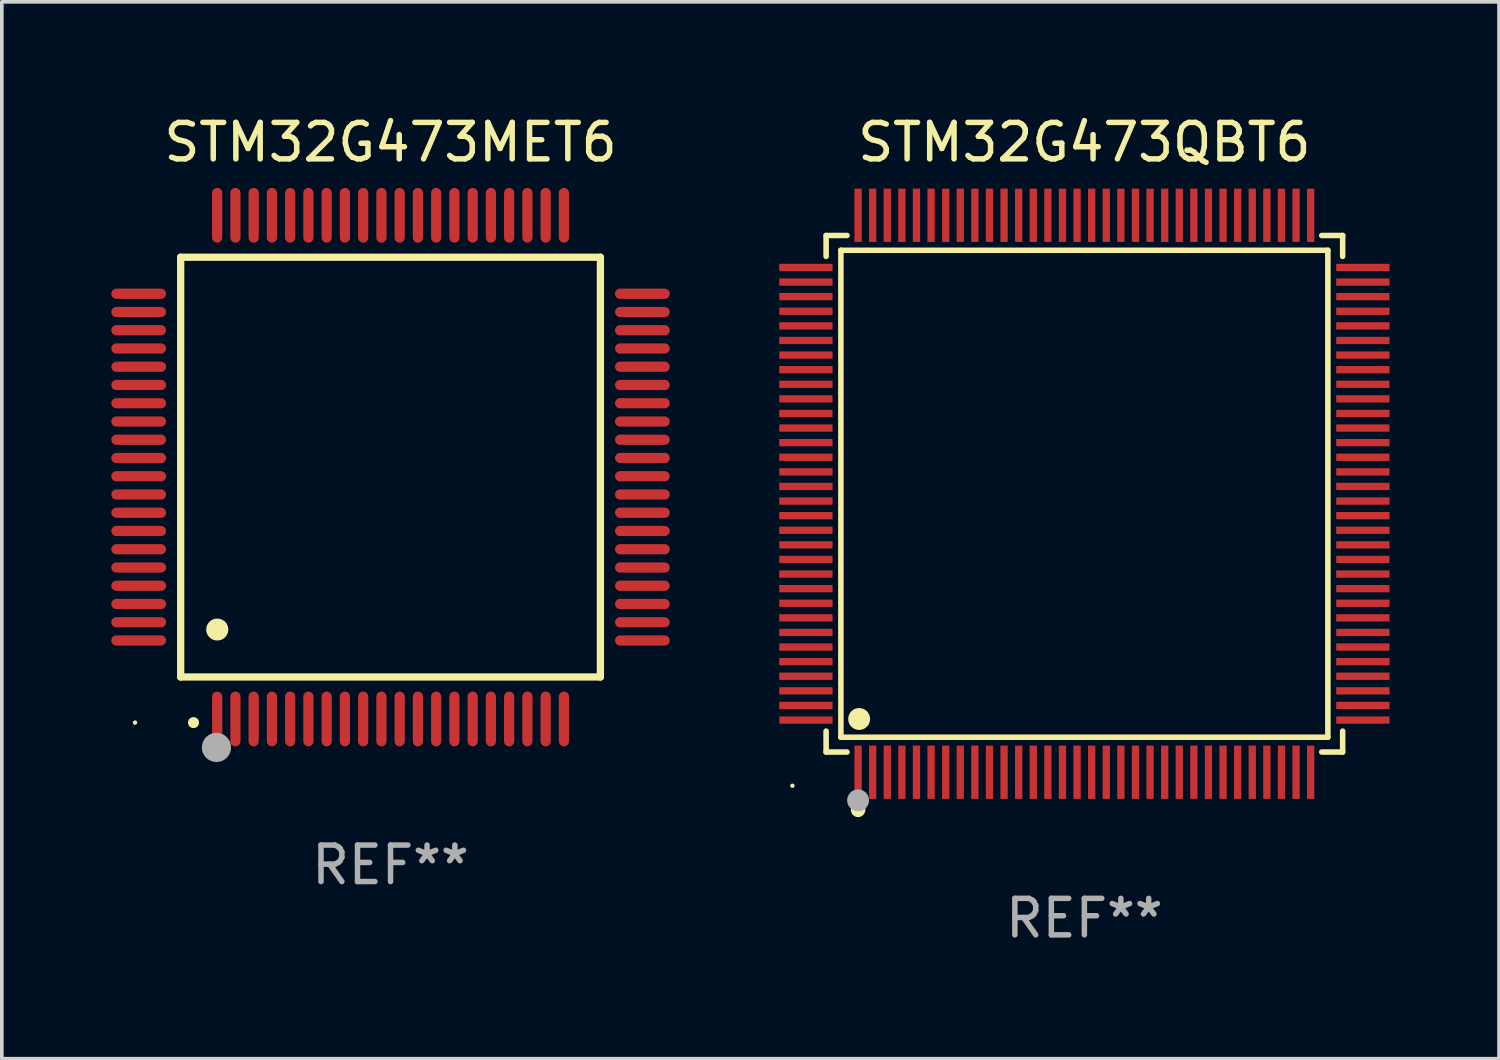
<source format=kicad_pcb>
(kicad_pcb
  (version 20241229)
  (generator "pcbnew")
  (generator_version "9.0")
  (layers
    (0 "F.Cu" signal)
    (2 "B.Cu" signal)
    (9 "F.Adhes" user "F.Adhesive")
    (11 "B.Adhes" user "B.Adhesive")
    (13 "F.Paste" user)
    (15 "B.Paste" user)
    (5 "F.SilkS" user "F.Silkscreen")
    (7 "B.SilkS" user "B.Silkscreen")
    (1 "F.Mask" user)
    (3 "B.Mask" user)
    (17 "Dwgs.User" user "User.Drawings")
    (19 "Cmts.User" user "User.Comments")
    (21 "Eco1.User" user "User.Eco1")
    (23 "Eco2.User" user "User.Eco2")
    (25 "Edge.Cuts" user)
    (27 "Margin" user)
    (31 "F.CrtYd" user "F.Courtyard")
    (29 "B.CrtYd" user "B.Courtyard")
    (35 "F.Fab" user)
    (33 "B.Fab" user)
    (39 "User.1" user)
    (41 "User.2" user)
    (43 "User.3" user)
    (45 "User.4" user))
  (footprint "STM32G473MET6"
    (layer "F.Cu")
    (at 7.65 9.748)
    (property "Reference" "STM32G473MET6" (at 0 -8.9 0) (layer "F.SilkS") (effects (font (size 1 1) (thickness 0.15))))
    (attr through_hole)
    (fp_line (start -5.75 -5.75) (end 5.75 -5.75) (stroke (width 0.2) (type solid)) (layer "F.SilkS"))
    (fp_line (start -5.75 5.75) (end -5.75 -5.75) (stroke (width 0.2) (type solid)) (layer "F.SilkS"))
    (fp_line (start 5.75 -5.75) (end 5.75 5.75) (stroke (width 0.2) (type solid)) (layer "F.SilkS"))
    (fp_line (start 5.75 5.75) (end -5.75 5.75) (stroke (width 0.2) (type solid)) (layer "F.SilkS"))
    (fp_arc (start -5.400051 7.000254) (mid -5.398781 7.000249) (end -5.397511 7.000254) (stroke (width 0.3) (type solid)) (layer "F.SilkS"))
    (fp_arc (start -4.749809 4.450089) (mid -4.747269 4.450078) (end -4.744729 4.450089) (stroke (width 0.6) (type solid)) (layer "F.SilkS"))
    (fp_circle (center -7 7) (end -6.97 7) (stroke (width 0.06) (type solid)) (fill no) (layer "F.SilkS"))
    (fp_circle (center -4.77 7.68) (end -4.57 7.68) (stroke (width 0.4) (type solid)) (fill no) (layer "F.Fab"))
    (fp_text user "REF**" (at 0 10.9 0) (layer "F.Fab") (effects (font (size 1 1) (thickness 0.15))))
    (pad "1" smd oval (at -4.75 6.9) (size 0.28 1.5) (layers "F.Cu" "F.Mask" "F.Paste"))
    (pad "2" smd oval (at -4.25 6.9) (size 0.28 1.5) (layers "F.Cu" "F.Mask" "F.Paste"))
    (pad "3" smd oval (at -3.75 6.9) (size 0.28 1.5) (layers "F.Cu" "F.Mask" "F.Paste"))
    (pad "4" smd oval (at -3.25 6.9) (size 0.28 1.5) (layers "F.Cu" "F.Mask" "F.Paste"))
    (pad "5" smd oval (at -2.75 6.9) (size 0.28 1.5) (layers "F.Cu" "F.Mask" "F.Paste"))
    (pad "6" smd oval (at -2.25 6.9) (size 0.28 1.5) (layers "F.Cu" "F.Mask" "F.Paste"))
    (pad "7" smd oval (at -1.75 6.9) (size 0.28 1.5) (layers "F.Cu" "F.Mask" "F.Paste"))
    (pad "8" smd oval (at -1.25 6.9) (size 0.28 1.5) (layers "F.Cu" "F.Mask" "F.Paste"))
    (pad "9" smd oval (at -0.75 6.9) (size 0.28 1.5) (layers "F.Cu" "F.Mask" "F.Paste"))
    (pad "10" smd oval (at -0.25 6.9) (size 0.28 1.5) (layers "F.Cu" "F.Mask" "F.Paste"))
    (pad "11" smd oval (at 0.25 6.9) (size 0.28 1.5) (layers "F.Cu" "F.Mask" "F.Paste"))
    (pad "12" smd oval (at 0.75 6.9) (size 0.28 1.5) (layers "F.Cu" "F.Mask" "F.Paste"))
    (pad "13" smd oval (at 1.25 6.9) (size 0.28 1.5) (layers "F.Cu" "F.Mask" "F.Paste"))
    (pad "14" smd oval (at 1.75 6.9) (size 0.28 1.5) (layers "F.Cu" "F.Mask" "F.Paste"))
    (pad "15" smd oval (at 2.25 6.9) (size 0.28 1.5) (layers "F.Cu" "F.Mask" "F.Paste"))
    (pad "16" smd oval (at 2.75 6.9) (size 0.28 1.5) (layers "F.Cu" "F.Mask" "F.Paste"))
    (pad "17" smd oval (at 3.25 6.9) (size 0.28 1.5) (layers "F.Cu" "F.Mask" "F.Paste"))
    (pad "18" smd oval (at 3.75 6.9) (size 0.28 1.5) (layers "F.Cu" "F.Mask" "F.Paste"))
    (pad "19" smd oval (at 4.25 6.9) (size 0.28 1.5) (layers "F.Cu" "F.Mask" "F.Paste"))
    (pad "20" smd oval (at 4.75 6.9) (size 0.28 1.5) (layers "F.Cu" "F.Mask" "F.Paste"))
    (pad "21" smd oval (at 6.9 4.75) (size 1.5 0.28) (layers "F.Cu" "F.Mask" "F.Paste"))
    (pad "22" smd oval (at 6.9 4.25) (size 1.5 0.28) (layers "F.Cu" "F.Mask" "F.Paste"))
    (pad "23" smd oval (at 6.9 3.75) (size 1.5 0.28) (layers "F.Cu" "F.Mask" "F.Paste"))
    (pad "24" smd oval (at 6.9 3.25) (size 1.5 0.28) (layers "F.Cu" "F.Mask" "F.Paste"))
    (pad "25" smd oval (at 6.9 2.75) (size 1.5 0.28) (layers "F.Cu" "F.Mask" "F.Paste"))
    (pad "26" smd oval (at 6.9 2.25) (size 1.5 0.28) (layers "F.Cu" "F.Mask" "F.Paste"))
    (pad "27" smd oval (at 6.9 1.75) (size 1.5 0.28) (layers "F.Cu" "F.Mask" "F.Paste"))
    (pad "28" smd oval (at 6.9 1.25) (size 1.5 0.28) (layers "F.Cu" "F.Mask" "F.Paste"))
    (pad "29" smd oval (at 6.9 0.75) (size 1.5 0.28) (layers "F.Cu" "F.Mask" "F.Paste"))
    (pad "30" smd oval (at 6.9 0.25) (size 1.5 0.28) (layers "F.Cu" "F.Mask" "F.Paste"))
    (pad "31" smd oval (at 6.9 -0.25) (size 1.5 0.28) (layers "F.Cu" "F.Mask" "F.Paste"))
    (pad "32" smd oval (at 6.9 -0.75) (size 1.5 0.28) (layers "F.Cu" "F.Mask" "F.Paste"))
    (pad "33" smd oval (at 6.9 -1.25) (size 1.5 0.28) (layers "F.Cu" "F.Mask" "F.Paste"))
    (pad "34" smd oval (at 6.9 -1.75) (size 1.5 0.28) (layers "F.Cu" "F.Mask" "F.Paste"))
    (pad "35" smd oval (at 6.9 -2.25) (size 1.5 0.28) (layers "F.Cu" "F.Mask" "F.Paste"))
    (pad "36" smd oval (at 6.9 -2.75) (size 1.5 0.28) (layers "F.Cu" "F.Mask" "F.Paste"))
    (pad "37" smd oval (at 6.9 -3.25) (size 1.5 0.28) (layers "F.Cu" "F.Mask" "F.Paste"))
    (pad "38" smd oval (at 6.9 -3.75) (size 1.5 0.28) (layers "F.Cu" "F.Mask" "F.Paste"))
    (pad "39" smd oval (at 6.9 -4.25) (size 1.5 0.28) (layers "F.Cu" "F.Mask" "F.Paste"))
    (pad "40" smd oval (at 6.9 -4.75) (size 1.5 0.28) (layers "F.Cu" "F.Mask" "F.Paste"))
    (pad "41" smd oval (at 4.75 -6.9) (size 0.28 1.5) (layers "F.Cu" "F.Mask" "F.Paste"))
    (pad "42" smd oval (at 4.25 -6.9) (size 0.28 1.5) (layers "F.Cu" "F.Mask" "F.Paste"))
    (pad "43" smd oval (at 3.75 -6.9) (size 0.28 1.5) (layers "F.Cu" "F.Mask" "F.Paste"))
    (pad "44" smd oval (at 3.25 -6.9) (size 0.28 1.5) (layers "F.Cu" "F.Mask" "F.Paste"))
    (pad "45" smd oval (at 2.75 -6.9) (size 0.28 1.5) (layers "F.Cu" "F.Mask" "F.Paste"))
    (pad "46" smd oval (at 2.25 -6.9) (size 0.28 1.5) (layers "F.Cu" "F.Mask" "F.Paste"))
    (pad "47" smd oval (at 1.75 -6.9) (size 0.28 1.5) (layers "F.Cu" "F.Mask" "F.Paste"))
    (pad "48" smd oval (at 1.25 -6.9) (size 0.28 1.5) (layers "F.Cu" "F.Mask" "F.Paste"))
    (pad "49" smd oval (at 0.75 -6.9) (size 0.28 1.5) (layers "F.Cu" "F.Mask" "F.Paste"))
    (pad "50" smd oval (at 0.25 -6.9) (size 0.28 1.5) (layers "F.Cu" "F.Mask" "F.Paste"))
    (pad "51" smd oval (at -0.25 -6.9) (size 0.28 1.5) (layers "F.Cu" "F.Mask" "F.Paste"))
    (pad "52" smd oval (at -0.75 -6.9) (size 0.28 1.5) (layers "F.Cu" "F.Mask" "F.Paste"))
    (pad "53" smd oval (at -1.25 -6.9) (size 0.28 1.5) (layers "F.Cu" "F.Mask" "F.Paste"))
    (pad "54" smd oval (at -1.75 -6.9) (size 0.28 1.5) (layers "F.Cu" "F.Mask" "F.Paste"))
    (pad "55" smd oval (at -2.25 -6.9) (size 0.28 1.5) (layers "F.Cu" "F.Mask" "F.Paste"))
    (pad "56" smd oval (at -2.75 -6.9) (size 0.28 1.5) (layers "F.Cu" "F.Mask" "F.Paste"))
    (pad "57" smd oval (at -3.25 -6.9) (size 0.28 1.5) (layers "F.Cu" "F.Mask" "F.Paste"))
    (pad "58" smd oval (at -3.75 -6.9) (size 0.28 1.5) (layers "F.Cu" "F.Mask" "F.Paste"))
    (pad "59" smd oval (at -4.25 -6.9) (size 0.28 1.5) (layers "F.Cu" "F.Mask" "F.Paste"))
    (pad "60" smd oval (at -4.75 -6.9) (size 0.28 1.5) (layers "F.Cu" "F.Mask" "F.Paste"))
    (pad "61" smd oval (at -6.9 -4.75) (size 1.5 0.28) (layers "F.Cu" "F.Mask" "F.Paste"))
    (pad "62" smd oval (at -6.9 -4.25) (size 1.5 0.28) (layers "F.Cu" "F.Mask" "F.Paste"))
    (pad "63" smd oval (at -6.9 -3.75) (size 1.5 0.28) (layers "F.Cu" "F.Mask" "F.Paste"))
    (pad "64" smd oval (at -6.9 -3.25) (size 1.5 0.28) (layers "F.Cu" "F.Mask" "F.Paste"))
    (pad "65" smd oval (at -6.9 -2.75) (size 1.5 0.28) (layers "F.Cu" "F.Mask" "F.Paste"))
    (pad "66" smd oval (at -6.9 -2.25) (size 1.5 0.28) (layers "F.Cu" "F.Mask" "F.Paste"))
    (pad "67" smd oval (at -6.9 -1.75) (size 1.5 0.28) (layers "F.Cu" "F.Mask" "F.Paste"))
    (pad "68" smd oval (at -6.9 -1.25) (size 1.5 0.28) (layers "F.Cu" "F.Mask" "F.Paste"))
    (pad "69" smd oval (at -6.9 -0.75) (size 1.5 0.28) (layers "F.Cu" "F.Mask" "F.Paste"))
    (pad "70" smd oval (at -6.9 -0.25) (size 1.5 0.28) (layers "F.Cu" "F.Mask" "F.Paste"))
    (pad "71" smd oval (at -6.9 0.25) (size 1.5 0.28) (layers "F.Cu" "F.Mask" "F.Paste"))
    (pad "72" smd oval (at -6.9 0.75) (size 1.5 0.28) (layers "F.Cu" "F.Mask" "F.Paste"))
    (pad "73" smd oval (at -6.9 1.25) (size 1.5 0.28) (layers "F.Cu" "F.Mask" "F.Paste"))
    (pad "74" smd oval (at -6.9 1.75) (size 1.5 0.28) (layers "F.Cu" "F.Mask" "F.Paste"))
    (pad "75" smd oval (at -6.9 2.25) (size 1.5 0.28) (layers "F.Cu" "F.Mask" "F.Paste"))
    (pad "76" smd oval (at -6.9 2.75) (size 1.5 0.28) (layers "F.Cu" "F.Mask" "F.Paste"))
    (pad "77" smd oval (at -6.9 3.25) (size 1.5 0.28) (layers "F.Cu" "F.Mask" "F.Paste"))
    (pad "78" smd oval (at -6.9 3.75) (size 1.5 0.28) (layers "F.Cu" "F.Mask" "F.Paste"))
    (pad "79" smd oval (at -6.9 4.25) (size 1.5 0.28) (layers "F.Cu" "F.Mask" "F.Paste"))
    (pad "80" smd oval (at -6.9 4.75) (size 1.5 0.28) (layers "F.Cu" "F.Mask" "F.Paste")))
  (footprint "STM32G473QBT6"
    (layer "F.Cu")
    (at 26.66 10.478)
    (property "Reference" "STM32G473QBT6" (at 0 -9.63 0) (layer "F.SilkS") (effects (font (size 1 1) (thickness 0.15))))
    (attr through_hole)
    (fp_line (start -7.076 -7.076) (end -6.503 -7.076) (stroke (width 0.152) (type solid)) (layer "F.SilkS"))
    (fp_line (start -7.076 -6.503) (end -7.076 -7.076) (stroke (width 0.152) (type solid)) (layer "F.SilkS"))
    (fp_line (start -7.076 6.503) (end -7.076 7.076) (stroke (width 0.152) (type solid)) (layer "F.SilkS"))
    (fp_line (start -7.076 7.076) (end -6.503 7.076) (stroke (width 0.152) (type solid)) (layer "F.SilkS"))
    (fp_line (start -6.671 -6.671) (end 6.671 -6.671) (stroke (width 0.152) (type solid)) (layer "F.SilkS"))
    (fp_line (start -6.671 6.671) (end -6.671 -6.671) (stroke (width 0.152) (type solid)) (layer "F.SilkS"))
    (fp_line (start 6.671 -6.671) (end 6.671 6.671) (stroke (width 0.152) (type solid)) (layer "F.SilkS"))
    (fp_line (start 6.671 6.671) (end -6.671 6.671) (stroke (width 0.152) (type solid)) (layer "F.SilkS"))
    (fp_line (start 7.076 -7.076) (end 6.503 -7.076) (stroke (width 0.152) (type solid)) (layer "F.SilkS"))
    (fp_line (start 7.076 -6.503) (end 7.076 -7.076) (stroke (width 0.152) (type solid)) (layer "F.SilkS"))
    (fp_line (start 7.076 6.503) (end 7.076 7.076) (stroke (width 0.152) (type solid)) (layer "F.SilkS"))
    (fp_line (start 7.076 7.076) (end 6.503 7.076) (stroke (width 0.152) (type solid)) (layer "F.SilkS"))
    (fp_circle (center -8 8) (end -7.97 8) (stroke (width 0.06) (type solid)) (fill no) (layer "F.SilkS"))
    (fp_circle (center -6.2 8.66) (end -6.1 8.66) (stroke (width 0.2) (type solid)) (fill no) (layer "F.SilkS"))
    (fp_circle (center -6.171 6.171) (end -6.021 6.171) (stroke (width 0.3) (type solid)) (fill no) (layer "F.SilkS"))
    (fp_circle (center -6.2 8.4) (end -6.05 8.4) (stroke (width 0.3) (type solid)) (fill no) (layer "F.Fab"))
    (fp_text user "REF**" (at 0 11.63 0) (layer "F.Fab") (effects (font (size 1 1) (thickness 0.15))))
    (pad "1" smd rect (at -6.2 7.63) (size 0.2 1.46) (layers "F.Cu" "F.Mask" "F.Paste"))
    (pad "2" smd rect (at -5.8 7.63) (size 0.2 1.46) (layers "F.Cu" "F.Mask" "F.Paste"))
    (pad "3" smd rect (at -5.4 7.63) (size 0.2 1.46) (layers "F.Cu" "F.Mask" "F.Paste"))
    (pad "4" smd rect (at -5 7.63) (size 0.2 1.46) (layers "F.Cu" "F.Mask" "F.Paste"))
    (pad "5" smd rect (at -4.6 7.63) (size 0.2 1.46) (layers "F.Cu" "F.Mask" "F.Paste"))
    (pad "6" smd rect (at -4.2 7.63) (size 0.2 1.46) (layers "F.Cu" "F.Mask" "F.Paste"))
    (pad "7" smd rect (at -3.8 7.63) (size 0.2 1.46) (layers "F.Cu" "F.Mask" "F.Paste"))
    (pad "8" smd rect (at -3.4 7.63) (size 0.2 1.46) (layers "F.Cu" "F.Mask" "F.Paste"))
    (pad "9" smd rect (at -3 7.63) (size 0.2 1.46) (layers "F.Cu" "F.Mask" "F.Paste"))
    (pad "10" smd rect (at -2.6 7.63) (size 0.2 1.46) (layers "F.Cu" "F.Mask" "F.Paste"))
    (pad "11" smd rect (at -2.2 7.63) (size 0.2 1.46) (layers "F.Cu" "F.Mask" "F.Paste"))
    (pad "12" smd rect (at -1.8 7.63) (size 0.2 1.46) (layers "F.Cu" "F.Mask" "F.Paste"))
    (pad "13" smd rect (at -1.4 7.63) (size 0.2 1.46) (layers "F.Cu" "F.Mask" "F.Paste"))
    (pad "14" smd rect (at -1 7.63) (size 0.2 1.46) (layers "F.Cu" "F.Mask" "F.Paste"))
    (pad "15" smd rect (at -0.6 7.63) (size 0.2 1.46) (layers "F.Cu" "F.Mask" "F.Paste"))
    (pad "16" smd rect (at -0.2 7.63) (size 0.2 1.46) (layers "F.Cu" "F.Mask" "F.Paste"))
    (pad "17" smd rect (at 0.2 7.63) (size 0.2 1.46) (layers "F.Cu" "F.Mask" "F.Paste"))
    (pad "18" smd rect (at 0.6 7.63) (size 0.2 1.46) (layers "F.Cu" "F.Mask" "F.Paste"))
    (pad "19" smd rect (at 1 7.63) (size 0.2 1.46) (layers "F.Cu" "F.Mask" "F.Paste"))
    (pad "20" smd rect (at 1.4 7.63) (size 0.2 1.46) (layers "F.Cu" "F.Mask" "F.Paste"))
    (pad "21" smd rect (at 1.8 7.63) (size 0.2 1.46) (layers "F.Cu" "F.Mask" "F.Paste"))
    (pad "22" smd rect (at 2.2 7.63) (size 0.2 1.46) (layers "F.Cu" "F.Mask" "F.Paste"))
    (pad "23" smd rect (at 2.6 7.63) (size 0.2 1.46) (layers "F.Cu" "F.Mask" "F.Paste"))
    (pad "24" smd rect (at 3 7.63) (size 0.2 1.46) (layers "F.Cu" "F.Mask" "F.Paste"))
    (pad "25" smd rect (at 3.4 7.63) (size 0.2 1.46) (layers "F.Cu" "F.Mask" "F.Paste"))
    (pad "26" smd rect (at 3.8 7.63) (size 0.2 1.46) (layers "F.Cu" "F.Mask" "F.Paste"))
    (pad "27" smd rect (at 4.2 7.63) (size 0.2 1.46) (layers "F.Cu" "F.Mask" "F.Paste"))
    (pad "28" smd rect (at 4.6 7.63) (size 0.2 1.46) (layers "F.Cu" "F.Mask" "F.Paste"))
    (pad "29" smd rect (at 5 7.63) (size 0.2 1.46) (layers "F.Cu" "F.Mask" "F.Paste"))
    (pad "30" smd rect (at 5.4 7.63) (size 0.2 1.46) (layers "F.Cu" "F.Mask" "F.Paste"))
    (pad "31" smd rect (at 5.8 7.63) (size 0.2 1.46) (layers "F.Cu" "F.Mask" "F.Paste"))
    (pad "32" smd rect (at 6.2 7.63) (size 0.2 1.46) (layers "F.Cu" "F.Mask" "F.Paste"))
    (pad "33" smd rect (at 7.63 6.2) (size 1.46 0.2) (layers "F.Cu" "F.Mask" "F.Paste"))
    (pad "34" smd rect (at 7.63 5.8) (size 1.46 0.2) (layers "F.Cu" "F.Mask" "F.Paste"))
    (pad "35" smd rect (at 7.63 5.4) (size 1.46 0.2) (layers "F.Cu" "F.Mask" "F.Paste"))
    (pad "36" smd rect (at 7.63 5) (size 1.46 0.2) (layers "F.Cu" "F.Mask" "F.Paste"))
    (pad "37" smd rect (at 7.63 4.6) (size 1.46 0.2) (layers "F.Cu" "F.Mask" "F.Paste"))
    (pad "38" smd rect (at 7.63 4.2) (size 1.46 0.2) (layers "F.Cu" "F.Mask" "F.Paste"))
    (pad "39" smd rect (at 7.63 3.8) (size 1.46 0.2) (layers "F.Cu" "F.Mask" "F.Paste"))
    (pad "40" smd rect (at 7.63 3.4) (size 1.46 0.2) (layers "F.Cu" "F.Mask" "F.Paste"))
    (pad "41" smd rect (at 7.63 3) (size 1.46 0.2) (layers "F.Cu" "F.Mask" "F.Paste"))
    (pad "42" smd rect (at 7.63 2.6) (size 1.46 0.2) (layers "F.Cu" "F.Mask" "F.Paste"))
    (pad "43" smd rect (at 7.63 2.2) (size 1.46 0.2) (layers "F.Cu" "F.Mask" "F.Paste"))
    (pad "44" smd rect (at 7.63 1.8) (size 1.46 0.2) (layers "F.Cu" "F.Mask" "F.Paste"))
    (pad "45" smd rect (at 7.63 1.4) (size 1.46 0.2) (layers "F.Cu" "F.Mask" "F.Paste"))
    (pad "46" smd rect (at 7.63 1) (size 1.46 0.2) (layers "F.Cu" "F.Mask" "F.Paste"))
    (pad "47" smd rect (at 7.63 0.6) (size 1.46 0.2) (layers "F.Cu" "F.Mask" "F.Paste"))
    (pad "48" smd rect (at 7.63 0.2) (size 1.46 0.2) (layers "F.Cu" "F.Mask" "F.Paste"))
    (pad "49" smd rect (at 7.63 -0.2) (size 1.46 0.2) (layers "F.Cu" "F.Mask" "F.Paste"))
    (pad "50" smd rect (at 7.63 -0.6) (size 1.46 0.2) (layers "F.Cu" "F.Mask" "F.Paste"))
    (pad "51" smd rect (at 7.63 -1) (size 1.46 0.2) (layers "F.Cu" "F.Mask" "F.Paste"))
    (pad "52" smd rect (at 7.63 -1.4) (size 1.46 0.2) (layers "F.Cu" "F.Mask" "F.Paste"))
    (pad "53" smd rect (at 7.63 -1.8) (size 1.46 0.2) (layers "F.Cu" "F.Mask" "F.Paste"))
    (pad "54" smd rect (at 7.63 -2.2) (size 1.46 0.2) (layers "F.Cu" "F.Mask" "F.Paste"))
    (pad "55" smd rect (at 7.63 -2.6) (size 1.46 0.2) (layers "F.Cu" "F.Mask" "F.Paste"))
    (pad "56" smd rect (at 7.63 -3) (size 1.46 0.2) (layers "F.Cu" "F.Mask" "F.Paste"))
    (pad "57" smd rect (at 7.63 -3.4) (size 1.46 0.2) (layers "F.Cu" "F.Mask" "F.Paste"))
    (pad "58" smd rect (at 7.63 -3.8) (size 1.46 0.2) (layers "F.Cu" "F.Mask" "F.Paste"))
    (pad "59" smd rect (at 7.63 -4.2) (size 1.46 0.2) (layers "F.Cu" "F.Mask" "F.Paste"))
    (pad "60" smd rect (at 7.63 -4.6) (size 1.46 0.2) (layers "F.Cu" "F.Mask" "F.Paste"))
    (pad "61" smd rect (at 7.63 -5) (size 1.46 0.2) (layers "F.Cu" "F.Mask" "F.Paste"))
    (pad "62" smd rect (at 7.63 -5.4) (size 1.46 0.2) (layers "F.Cu" "F.Mask" "F.Paste"))
    (pad "63" smd rect (at 7.63 -5.8) (size 1.46 0.2) (layers "F.Cu" "F.Mask" "F.Paste"))
    (pad "64" smd rect (at 7.63 -6.2) (size 1.46 0.2) (layers "F.Cu" "F.Mask" "F.Paste"))
    (pad "65" smd rect (at 6.2 -7.63) (size 0.2 1.46) (layers "F.Cu" "F.Mask" "F.Paste"))
    (pad "66" smd rect (at 5.8 -7.63) (size 0.2 1.46) (layers "F.Cu" "F.Mask" "F.Paste"))
    (pad "67" smd rect (at 5.4 -7.63) (size 0.2 1.46) (layers "F.Cu" "F.Mask" "F.Paste"))
    (pad "68" smd rect (at 5 -7.63) (size 0.2 1.46) (layers "F.Cu" "F.Mask" "F.Paste"))
    (pad "69" smd rect (at 4.6 -7.63) (size 0.2 1.46) (layers "F.Cu" "F.Mask" "F.Paste"))
    (pad "70" smd rect (at 4.2 -7.63) (size 0.2 1.46) (layers "F.Cu" "F.Mask" "F.Paste"))
    (pad "71" smd rect (at 3.8 -7.63) (size 0.2 1.46) (layers "F.Cu" "F.Mask" "F.Paste"))
    (pad "72" smd rect (at 3.4 -7.63) (size 0.2 1.46) (layers "F.Cu" "F.Mask" "F.Paste"))
    (pad "73" smd rect (at 3 -7.63) (size 0.2 1.46) (layers "F.Cu" "F.Mask" "F.Paste"))
    (pad "74" smd rect (at 2.6 -7.63) (size 0.2 1.46) (layers "F.Cu" "F.Mask" "F.Paste"))
    (pad "75" smd rect (at 2.2 -7.63) (size 0.2 1.46) (layers "F.Cu" "F.Mask" "F.Paste"))
    (pad "76" smd rect (at 1.8 -7.63) (size 0.2 1.46) (layers "F.Cu" "F.Mask" "F.Paste"))
    (pad "77" smd rect (at 1.4 -7.63) (size 0.2 1.46) (layers "F.Cu" "F.Mask" "F.Paste"))
    (pad "78" smd rect (at 1 -7.63) (size 0.2 1.46) (layers "F.Cu" "F.Mask" "F.Paste"))
    (pad "79" smd rect (at 0.6 -7.63) (size 0.2 1.46) (layers "F.Cu" "F.Mask" "F.Paste"))
    (pad "80" smd rect (at 0.2 -7.63) (size 0.2 1.46) (layers "F.Cu" "F.Mask" "F.Paste"))
    (pad "81" smd rect (at -0.2 -7.63) (size 0.2 1.46) (layers "F.Cu" "F.Mask" "F.Paste"))
    (pad "82" smd rect (at -0.6 -7.63) (size 0.2 1.46) (layers "F.Cu" "F.Mask" "F.Paste"))
    (pad "83" smd rect (at -1 -7.63) (size 0.2 1.46) (layers "F.Cu" "F.Mask" "F.Paste"))
    (pad "84" smd rect (at -1.4 -7.63) (size 0.2 1.46) (layers "F.Cu" "F.Mask" "F.Paste"))
    (pad "85" smd rect (at -1.8 -7.63) (size 0.2 1.46) (layers "F.Cu" "F.Mask" "F.Paste"))
    (pad "86" smd rect (at -2.2 -7.63) (size 0.2 1.46) (layers "F.Cu" "F.Mask" "F.Paste"))
    (pad "87" smd rect (at -2.6 -7.63) (size 0.2 1.46) (layers "F.Cu" "F.Mask" "F.Paste"))
    (pad "88" smd rect (at -3 -7.63) (size 0.2 1.46) (layers "F.Cu" "F.Mask" "F.Paste"))
    (pad "89" smd rect (at -3.4 -7.63) (size 0.2 1.46) (layers "F.Cu" "F.Mask" "F.Paste"))
    (pad "90" smd rect (at -3.8 -7.63) (size 0.2 1.46) (layers "F.Cu" "F.Mask" "F.Paste"))
    (pad "91" smd rect (at -4.2 -7.63) (size 0.2 1.46) (layers "F.Cu" "F.Mask" "F.Paste"))
    (pad "92" smd rect (at -4.6 -7.63) (size 0.2 1.46) (layers "F.Cu" "F.Mask" "F.Paste"))
    (pad "93" smd rect (at -5 -7.63) (size 0.2 1.46) (layers "F.Cu" "F.Mask" "F.Paste"))
    (pad "94" smd rect (at -5.4 -7.63) (size 0.2 1.46) (layers "F.Cu" "F.Mask" "F.Paste"))
    (pad "95" smd rect (at -5.8 -7.63) (size 0.2 1.46) (layers "F.Cu" "F.Mask" "F.Paste"))
    (pad "96" smd rect (at -6.2 -7.63) (size 0.2 1.46) (layers "F.Cu" "F.Mask" "F.Paste"))
    (pad "97" smd rect (at -7.63 -6.2) (size 1.46 0.2) (layers "F.Cu" "F.Mask" "F.Paste"))
    (pad "98" smd rect (at -7.63 -5.8) (size 1.46 0.2) (layers "F.Cu" "F.Mask" "F.Paste"))
    (pad "99" smd rect (at -7.63 -5.4) (size 1.46 0.2) (layers "F.Cu" "F.Mask" "F.Paste"))
    (pad "100" smd rect (at -7.63 -5) (size 1.46 0.2) (layers "F.Cu" "F.Mask" "F.Paste"))
    (pad "101" smd rect (at -7.63 -4.6) (size 1.46 0.2) (layers "F.Cu" "F.Mask" "F.Paste"))
    (pad "102" smd rect (at -7.63 -4.2) (size 1.46 0.2) (layers "F.Cu" "F.Mask" "F.Paste"))
    (pad "103" smd rect (at -7.63 -3.8) (size 1.46 0.2) (layers "F.Cu" "F.Mask" "F.Paste"))
    (pad "104" smd rect (at -7.63 -3.4) (size 1.46 0.2) (layers "F.Cu" "F.Mask" "F.Paste"))
    (pad "105" smd rect (at -7.63 -3) (size 1.46 0.2) (layers "F.Cu" "F.Mask" "F.Paste"))
    (pad "106" smd rect (at -7.63 -2.6) (size 1.46 0.2) (layers "F.Cu" "F.Mask" "F.Paste"))
    (pad "107" smd rect (at -7.63 -2.2) (size 1.46 0.2) (layers "F.Cu" "F.Mask" "F.Paste"))
    (pad "108" smd rect (at -7.63 -1.8) (size 1.46 0.2) (layers "F.Cu" "F.Mask" "F.Paste"))
    (pad "109" smd rect (at -7.63 -1.4) (size 1.46 0.2) (layers "F.Cu" "F.Mask" "F.Paste"))
    (pad "110" smd rect (at -7.63 -1) (size 1.46 0.2) (layers "F.Cu" "F.Mask" "F.Paste"))
    (pad "111" smd rect (at -7.63 -0.6) (size 1.46 0.2) (layers "F.Cu" "F.Mask" "F.Paste"))
    (pad "112" smd rect (at -7.63 -0.2) (size 1.46 0.2) (layers "F.Cu" "F.Mask" "F.Paste"))
    (pad "113" smd rect (at -7.63 0.2) (size 1.46 0.2) (layers "F.Cu" "F.Mask" "F.Paste"))
    (pad "114" smd rect (at -7.63 0.6) (size 1.46 0.2) (layers "F.Cu" "F.Mask" "F.Paste"))
    (pad "115" smd rect (at -7.63 1) (size 1.46 0.2) (layers "F.Cu" "F.Mask" "F.Paste"))
    (pad "116" smd rect (at -7.63 1.4) (size 1.46 0.2) (layers "F.Cu" "F.Mask" "F.Paste"))
    (pad "117" smd rect (at -7.63 1.8) (size 1.46 0.2) (layers "F.Cu" "F.Mask" "F.Paste"))
    (pad "118" smd rect (at -7.63 2.2) (size 1.46 0.2) (layers "F.Cu" "F.Mask" "F.Paste"))
    (pad "119" smd rect (at -7.63 2.6) (size 1.46 0.2) (layers "F.Cu" "F.Mask" "F.Paste"))
    (pad "120" smd rect (at -7.63 3) (size 1.46 0.2) (layers "F.Cu" "F.Mask" "F.Paste"))
    (pad "121" smd rect (at -7.63 3.4) (size 1.46 0.2) (layers "F.Cu" "F.Mask" "F.Paste"))
    (pad "122" smd rect (at -7.63 3.8) (size 1.46 0.2) (layers "F.Cu" "F.Mask" "F.Paste"))
    (pad "123" smd rect (at -7.63 4.2) (size 1.46 0.2) (layers "F.Cu" "F.Mask" "F.Paste"))
    (pad "124" smd rect (at -7.63 4.6) (size 1.46 0.2) (layers "F.Cu" "F.Mask" "F.Paste"))
    (pad "125" smd rect (at -7.63 5) (size 1.46 0.2) (layers "F.Cu" "F.Mask" "F.Paste"))
    (pad "126" smd rect (at -7.63 5.4) (size 1.46 0.2) (layers "F.Cu" "F.Mask" "F.Paste"))
    (pad "127" smd rect (at -7.63 5.8) (size 1.46 0.2) (layers "F.Cu" "F.Mask" "F.Paste"))
    (pad "128" smd rect (at -7.63 6.2) (size 1.46 0.2) (layers "F.Cu" "F.Mask" "F.Paste")))
  (gr_rect
    (start -3 -3)
    (end 38.02 25.956)
    (stroke (width 0.1) (type default))
    (fill no)
    (layer "Edge.Cuts")))
</source>
